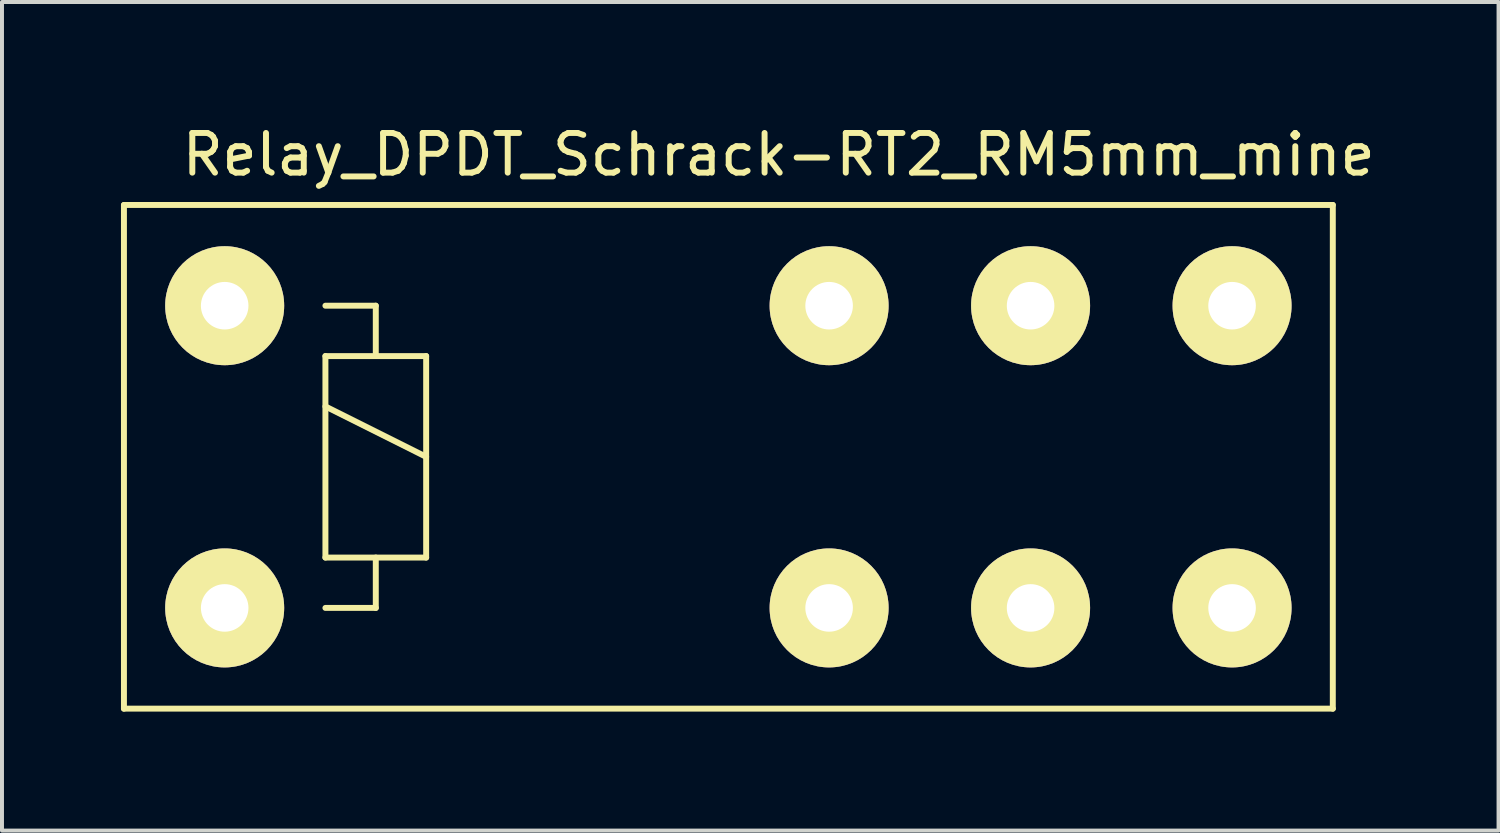
<source format=kicad_pcb>
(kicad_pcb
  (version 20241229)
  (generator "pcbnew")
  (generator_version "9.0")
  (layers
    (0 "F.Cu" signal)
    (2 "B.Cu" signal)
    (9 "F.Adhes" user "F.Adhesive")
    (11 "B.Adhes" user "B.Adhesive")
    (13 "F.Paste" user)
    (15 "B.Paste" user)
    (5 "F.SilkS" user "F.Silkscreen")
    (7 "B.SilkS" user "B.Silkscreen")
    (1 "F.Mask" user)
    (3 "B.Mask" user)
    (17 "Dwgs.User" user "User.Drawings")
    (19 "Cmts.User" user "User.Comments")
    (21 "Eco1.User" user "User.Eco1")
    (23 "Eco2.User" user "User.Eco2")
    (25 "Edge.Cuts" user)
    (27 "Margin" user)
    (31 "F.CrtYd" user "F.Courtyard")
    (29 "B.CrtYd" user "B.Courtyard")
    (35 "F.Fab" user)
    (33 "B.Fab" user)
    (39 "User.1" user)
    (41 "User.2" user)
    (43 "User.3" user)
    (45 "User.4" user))
  (footprint "Relay_DPDT_Schrack-RT2_RM5mm_mine"
    (layer "F.Cu")
    (at 2.615 12.278)
    (property "Reference" "Relay_DPDT_Schrack-RT2_RM5mm_mine" (at 13.97 -11.43 0) (layer "F.SilkS") (effects (font (size 1 1) (thickness 0.15))))
    (attr through_hole)
    (fp_line (start -2.54 -10.16) (end 27.94 -10.16) (stroke (width 0.15) (type solid)) (layer "F.SilkS"))
    (fp_line (start -2.54 2.54) (end -2.54 -10.16) (stroke (width 0.15) (type solid)) (layer "F.SilkS"))
    (fp_line (start 2.54 -7.62) (end 3.81 -7.62) (stroke (width 0.15) (type solid)) (layer "F.SilkS"))
    (fp_line (start 2.54 -6.35) (end 3.81 -6.35) (stroke (width 0.15) (type solid)) (layer "F.SilkS"))
    (fp_line (start 2.54 -5.08) (end 5.08 -3.81) (stroke (width 0.15) (type solid)) (layer "F.SilkS"))
    (fp_line (start 2.54 -1.27) (end 2.54 -6.35) (stroke (width 0.15) (type solid)) (layer "F.SilkS"))
    (fp_line (start 3.81 -7.62) (end 3.81 -6.35) (stroke (width 0.15) (type solid)) (layer "F.SilkS"))
    (fp_line (start 3.81 -6.35) (end 5.08 -6.35) (stroke (width 0.15) (type solid)) (layer "F.SilkS"))
    (fp_line (start 3.81 -1.27) (end 3.81 0) (stroke (width 0.15) (type solid)) (layer "F.SilkS"))
    (fp_line (start 3.81 0) (end 2.54 0) (stroke (width 0.15) (type solid)) (layer "F.SilkS"))
    (fp_line (start 5.08 -6.35) (end 5.08 -1.27) (stroke (width 0.15) (type solid)) (layer "F.SilkS"))
    (fp_line (start 5.08 -1.27) (end 2.54 -1.27) (stroke (width 0.15) (type solid)) (layer "F.SilkS"))
    (fp_line (start 27.94 -10.16) (end 27.94 2.54) (stroke (width 0.15) (type solid)) (layer "F.SilkS"))
    (fp_line (start 27.94 2.54) (end -2.54 2.54) (stroke (width 0.15) (type solid)) (layer "F.SilkS"))
    (pad "1" thru_hole circle (at 15.24 0) (size 3 3) (drill 1.199) (layers "*.Cu" "*.Mask" "F.SilkS"))
    (pad "3" thru_hole circle (at 25.4 0) (size 3 3) (drill 1.199) (layers "*.Cu" "*.Mask" "F.SilkS"))
    (pad "5" thru_hole circle (at 20.32 0) (size 3 3) (drill 1.199) (layers "*.Cu" "*.Mask" "F.SilkS"))
    (pad "8" thru_hole circle (at 0 -7.62) (size 3 3) (drill 1.199) (layers "*.Cu" "*.Mask" "F.SilkS"))
    (pad "9" thru_hole circle (at 0 0) (size 3 3) (drill 1.199) (layers "*.Cu" "*.Mask" "F.SilkS"))
    (pad "12" thru_hole circle (at 20.32 -7.62) (size 3 3) (drill 1.199) (layers "*.Cu" "*.Mask" "F.SilkS"))
    (pad "14" thru_hole circle (at 25.4 -7.62) (size 3 3) (drill 1.199) (layers "*.Cu" "*.Mask" "F.SilkS"))
    (pad "16" thru_hole circle (at 15.24 -7.62) (size 3 3) (drill 1.199) (layers "*.Cu" "*.Mask" "F.SilkS")))
  (gr_rect
    (start -3 -3)
    (end 34.734 17.893)
    (stroke (width 0.1) (type default))
    (fill no)
    (layer "Edge.Cuts")))
</source>
